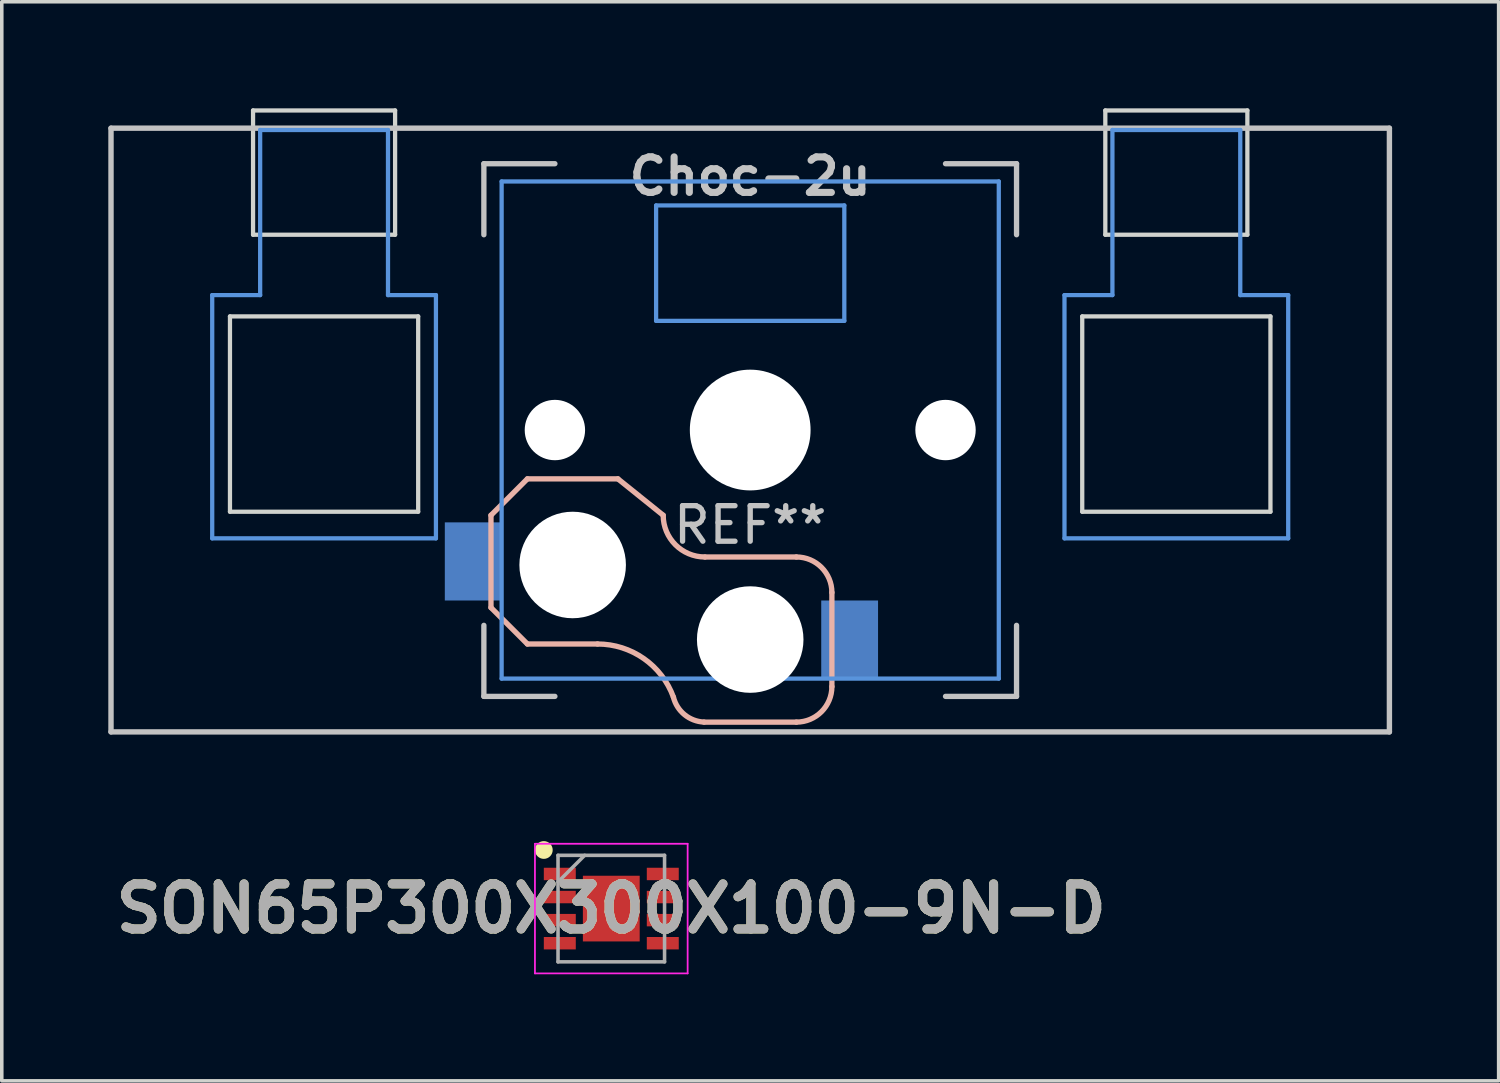
<source format=kicad_pcb>
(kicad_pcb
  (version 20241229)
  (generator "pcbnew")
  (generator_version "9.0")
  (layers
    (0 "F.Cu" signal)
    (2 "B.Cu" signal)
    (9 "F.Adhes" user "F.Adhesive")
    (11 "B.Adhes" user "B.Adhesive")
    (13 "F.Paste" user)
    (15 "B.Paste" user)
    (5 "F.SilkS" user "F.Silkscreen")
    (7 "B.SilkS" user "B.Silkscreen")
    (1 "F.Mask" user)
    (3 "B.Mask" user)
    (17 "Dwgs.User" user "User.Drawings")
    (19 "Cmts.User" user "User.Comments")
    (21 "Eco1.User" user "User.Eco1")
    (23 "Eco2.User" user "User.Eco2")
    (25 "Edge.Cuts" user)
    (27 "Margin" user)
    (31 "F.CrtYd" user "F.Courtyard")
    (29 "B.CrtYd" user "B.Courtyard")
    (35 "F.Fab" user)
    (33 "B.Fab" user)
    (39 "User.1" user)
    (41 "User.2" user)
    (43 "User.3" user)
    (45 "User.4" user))
  (footprint "SON65P300X300X100-9N-D"
    (layer "F.Cu")
    (at 14.164 22.536)
    (property "Reference" "SON65P300X300X100-9N-D" (at 0 0 0) (layer "F.SilkS") (effects (font (size 1.27 1.27) (thickness 0.254))))
    (attr smd)
    (fp_circle (center -1.9 -1.65) (end -1.9 -1.525) (stroke (width 0.25) (type solid)) (fill no) (layer "F.SilkS"))
    (fp_line (start -2.15 -1.825) (end 2.15 -1.825) (stroke (width 0.05) (type solid)) (layer "F.CrtYd"))
    (fp_line (start -2.15 1.825) (end -2.15 -1.825) (stroke (width 0.05) (type solid)) (layer "F.CrtYd"))
    (fp_line (start 2.15 -1.825) (end 2.15 1.825) (stroke (width 0.05) (type solid)) (layer "F.CrtYd"))
    (fp_line (start 2.15 1.825) (end -2.15 1.825) (stroke (width 0.05) (type solid)) (layer "F.CrtYd"))
    (fp_line (start -1.5 -1.5) (end 1.5 -1.5) (stroke (width 0.1) (type solid)) (layer "F.Fab"))
    (fp_line (start -1.5 -0.75) (end -0.75 -1.5) (stroke (width 0.1) (type solid)) (layer "F.Fab"))
    (fp_line (start -1.5 1.5) (end -1.5 -1.5) (stroke (width 0.1) (type solid)) (layer "F.Fab"))
    (fp_line (start 1.5 -1.5) (end 1.5 1.5) (stroke (width 0.1) (type solid)) (layer "F.Fab"))
    (fp_line (start 1.5 1.5) (end -1.5 1.5) (stroke (width 0.1) (type solid)) (layer "F.Fab"))
    (fp_text user "${REFERENCE}" (at 0 0 0) (layer "F.Fab") (effects (font (size 1.27 1.27) (thickness 0.254))))
    (pad "1" smd rect (at -1.45 -0.975 90) (size 0.35 0.9) (layers "F.Cu" "F.Mask" "F.Paste"))
    (pad "2" smd rect (at -1.45 -0.325 90) (size 0.35 0.9) (layers "F.Cu" "F.Mask" "F.Paste"))
    (pad "3" smd rect (at -1.45 0.325 90) (size 0.35 0.9) (layers "F.Cu" "F.Mask" "F.Paste"))
    (pad "4" smd rect (at -1.45 0.975 90) (size 0.35 0.9) (layers "F.Cu" "F.Mask" "F.Paste"))
    (pad "5" smd rect (at 1.45 0.975 90) (size 0.35 0.9) (layers "F.Cu" "F.Mask" "F.Paste"))
    (pad "6" smd rect (at 1.45 0.325 90) (size 0.35 0.9) (layers "F.Cu" "F.Mask" "F.Paste"))
    (pad "7" smd rect (at 1.45 -0.325 90) (size 0.35 0.9) (layers "F.Cu" "F.Mask" "F.Paste"))
    (pad "8" smd rect (at 1.45 -0.975 90) (size 0.35 0.9) (layers "F.Cu" "F.Mask" "F.Paste"))
    (pad "9" smd rect (at 0 0) (size 1.6 1.85) (layers "F.Cu" "F.Mask" "F.Paste")))
  (footprint "Choc-2u"
    (layer "F.Cu")
    (at 18.076 9.06)
    (property "Reference" "Choc-2u" (at 0 -7.144 180) (layer "Dwgs.User") (effects (font (size 1 1) (thickness 0.2))))
    (attr smd)
    (fp_line (start -7.3 2.4) (end -7.3 5) (stroke (width 0.15) (type solid)) (layer "B.SilkS"))
    (fp_line (start -7.3 2.4) (end -6.275 1.375) (stroke (width 0.15) (type solid)) (layer "B.SilkS"))
    (fp_line (start -7.3 5) (end -6.275 6.025) (stroke (width 0.15) (type solid)) (layer "B.SilkS"))
    (fp_line (start -4.3 6.025) (end -6.275 6.025) (stroke (width 0.15) (type solid)) (layer "B.SilkS"))
    (fp_line (start -3.725 1.375) (end -6.275 1.375) (stroke (width 0.15) (type solid)) (layer "B.SilkS"))
    (fp_line (start -3.725 1.375) (end -2.45 2.4) (stroke (width 0.15) (type solid)) (layer "B.SilkS"))
    (fp_line (start 1.3 3.575) (end -1.275 3.575) (stroke (width 0.15) (type solid)) (layer "B.SilkS"))
    (fp_line (start 1.3 8.225) (end -1.3 8.225) (stroke (width 0.15) (type solid)) (layer "B.SilkS"))
    (fp_line (start 2.3 4.575) (end 2.3 7.225) (stroke (width 0.15) (type solid)) (layer "B.SilkS"))
    (fp_arc (start -4.3 6.025) (mid -2.995114 6.436429) (end -2.162199 7.521904) (stroke (width 0.15) (type solid)) (layer "B.SilkS"))
    (fp_arc (start -1.300995 8.223791) (mid -1.848284 8.016021) (end -2.162199 7.521904) (stroke (width 0.15) (type solid)) (layer "B.SilkS"))
    (fp_arc (start -1.275 3.575) (mid -2.10585 3.23085) (end -2.45 2.4) (stroke (width 0.15) (type solid)) (layer "B.SilkS"))
    (fp_arc (start 1.3 3.575) (mid 2.007107 3.867893) (end 2.3 4.575) (stroke (width 0.15) (type solid)) (layer "B.SilkS"))
    (fp_arc (start 2.3 7.225) (mid 2.007107 7.932107) (end 1.3 8.225) (stroke (width 0.15) (type solid)) (layer "B.SilkS"))
    (fp_line (start -18 -8.5) (end 18 -8.5) (stroke (width 0.152) (type solid)) (layer "Dwgs.User"))
    (fp_line (start -18 8.5) (end -18 -8.5) (stroke (width 0.152) (type solid)) (layer "Dwgs.User"))
    (fp_line (start -7.5 -7.5) (end -7.5 -5.5) (stroke (width 0.15) (type solid)) (layer "Dwgs.User"))
    (fp_line (start -7.5 7.5) (end -7.5 5.5) (stroke (width 0.15) (type solid)) (layer "Dwgs.User"))
    (fp_line (start -5.5 -7.5) (end -7.5 -7.5) (stroke (width 0.15) (type solid)) (layer "Dwgs.User"))
    (fp_line (start -5.5 7.5) (end -7.5 7.5) (stroke (width 0.15) (type solid)) (layer "Dwgs.User"))
    (fp_line (start 5.5 -7.5) (end 7.5 -7.5) (stroke (width 0.15) (type solid)) (layer "Dwgs.User"))
    (fp_line (start 5.5 7.5) (end 7.5 7.5) (stroke (width 0.15) (type solid)) (layer "Dwgs.User"))
    (fp_line (start 7.5 -7.5) (end 7.5 -5.5) (stroke (width 0.15) (type solid)) (layer "Dwgs.User"))
    (fp_line (start 7.5 7.5) (end 7.5 5.5) (stroke (width 0.15) (type solid)) (layer "Dwgs.User"))
    (fp_line (start 18 -8.5) (end 18 8.5) (stroke (width 0.152) (type solid)) (layer "Dwgs.User"))
    (fp_line (start 18 8.5) (end -18 8.5) (stroke (width 0.152) (type solid)) (layer "Dwgs.User"))
    (fp_line (start -15.15 -3.8) (end -13.8 -3.8) (stroke (width 0.12) (type solid)) (layer "Cmts.User"))
    (fp_line (start -15.15 3.05) (end -15.15 -3.8) (stroke (width 0.12) (type solid)) (layer "Cmts.User"))
    (fp_line (start -15.15 3.05) (end -8.85 3.05) (stroke (width 0.12) (type solid)) (layer "Cmts.User"))
    (fp_line (start -13.8 -8.45) (end -13.8 -3.8) (stroke (width 0.12) (type solid)) (layer "Cmts.User"))
    (fp_line (start -13.8 -8.45) (end -10.2 -8.45) (stroke (width 0.12) (type solid)) (layer "Cmts.User"))
    (fp_line (start -10.2 -8.45) (end -10.2 -3.8) (stroke (width 0.12) (type solid)) (layer "Cmts.User"))
    (fp_line (start -10.2 -3.8) (end -8.85 -3.8) (stroke (width 0.12) (type solid)) (layer "Cmts.User"))
    (fp_line (start -8.85 3.05) (end -8.85 -3.8) (stroke (width 0.12) (type solid)) (layer "Cmts.User"))
    (fp_line (start -7 -7) (end -7 7) (stroke (width 0.12) (type solid)) (layer "Cmts.User"))
    (fp_line (start -7 7) (end 7 7) (stroke (width 0.12) (type solid)) (layer "Cmts.User"))
    (fp_line (start -2.65 -6.325) (end 2.65 -6.325) (stroke (width 0.12) (type solid)) (layer "Cmts.User"))
    (fp_line (start -2.65 -3.075) (end -2.65 -6.325) (stroke (width 0.12) (type solid)) (layer "Cmts.User"))
    (fp_line (start 2.65 -6.325) (end 2.65 -3.075) (stroke (width 0.12) (type solid)) (layer "Cmts.User"))
    (fp_line (start 2.65 -3.075) (end -2.65 -3.075) (stroke (width 0.12) (type solid)) (layer "Cmts.User"))
    (fp_line (start 7 -7) (end -7 -7) (stroke (width 0.12) (type solid)) (layer "Cmts.User"))
    (fp_line (start 7 7) (end 7 -7) (stroke (width 0.12) (type solid)) (layer "Cmts.User"))
    (fp_line (start 8.85 -3.8) (end 10.2 -3.8) (stroke (width 0.12) (type solid)) (layer "Cmts.User"))
    (fp_line (start 8.85 3.05) (end 8.85 -3.8) (stroke (width 0.12) (type solid)) (layer "Cmts.User"))
    (fp_line (start 8.85 3.05) (end 15.15 3.05) (stroke (width 0.12) (type solid)) (layer "Cmts.User"))
    (fp_line (start 10.2 -8.45) (end 10.2 -3.8) (stroke (width 0.12) (type solid)) (layer "Cmts.User"))
    (fp_line (start 10.2 -8.45) (end 13.8 -8.45) (stroke (width 0.12) (type solid)) (layer "Cmts.User"))
    (fp_line (start 13.8 -8.45) (end 13.8 -3.8) (stroke (width 0.12) (type solid)) (layer "Cmts.User"))
    (fp_line (start 13.8 -3.8) (end 15.15 -3.8) (stroke (width 0.12) (type solid)) (layer "Cmts.User"))
    (fp_line (start 15.15 3.05) (end 15.15 -3.8) (stroke (width 0.12) (type solid)) (layer "Cmts.User"))
    (fp_line (start -14.65 -3.2) (end -14.65 2.3) (stroke (width 0.12) (type solid)) (layer "Edge.Cuts"))
    (fp_line (start -14.65 -3.2) (end -9.35 -3.2) (stroke (width 0.12) (type solid)) (layer "Edge.Cuts"))
    (fp_line (start -14.65 2.3) (end -9.35 2.3) (stroke (width 0.12) (type solid)) (layer "Edge.Cuts"))
    (fp_line (start -14 -9) (end -14 -5.5) (stroke (width 0.12) (type solid)) (layer "Edge.Cuts"))
    (fp_line (start -14 -9) (end -10 -9) (stroke (width 0.12) (type solid)) (layer "Edge.Cuts"))
    (fp_line (start -14 -5.5) (end -10 -5.5) (stroke (width 0.12) (type solid)) (layer "Edge.Cuts"))
    (fp_line (start -10 -5.5) (end -10 -9) (stroke (width 0.12) (type solid)) (layer "Edge.Cuts"))
    (fp_line (start -9.35 2.3) (end -9.35 -3.2) (stroke (width 0.12) (type solid)) (layer "Edge.Cuts"))
    (fp_line (start 9.35 -3.2) (end 9.35 2.3) (stroke (width 0.12) (type solid)) (layer "Edge.Cuts"))
    (fp_line (start 9.35 -3.2) (end 14.65 -3.2) (stroke (width 0.12) (type solid)) (layer "Edge.Cuts"))
    (fp_line (start 9.35 2.3) (end 14.65 2.3) (stroke (width 0.12) (type solid)) (layer "Edge.Cuts"))
    (fp_line (start 10 -9) (end 10 -5.5) (stroke (width 0.12) (type solid)) (layer "Edge.Cuts"))
    (fp_line (start 10 -9) (end 14 -9) (stroke (width 0.12) (type solid)) (layer "Edge.Cuts"))
    (fp_line (start 10 -5.5) (end 14 -5.5) (stroke (width 0.12) (type solid)) (layer "Edge.Cuts"))
    (fp_line (start 14 -5.5) (end 14 -9) (stroke (width 0.12) (type solid)) (layer "Edge.Cuts"))
    (fp_line (start 14.65 2.3) (end 14.65 -3.2) (stroke (width 0.12) (type solid)) (layer "Edge.Cuts"))
    (fp_text user "REF**" (at 0 2.675 0) (layer "Dwgs.User") (effects (font (size 1 1) (thickness 0.15))))
    (pad "" np_thru_hole circle (at -5.5 0 180) (size 1.7 1.7) (drill 1.7) (layers "*.Cu" "*.Mask"))
    (pad "" np_thru_hole circle (at -5 3.8 90) (size 3 3) (drill 3) (layers "*.Cu" "*.Mask"))
    (pad "" np_thru_hole circle (at 0 0 90) (size 3.4 3.4) (drill 3.4) (layers "*.Cu" "*.Mask"))
    (pad "" np_thru_hole circle (at 0 5.9 90) (size 3 3) (drill 3) (layers "*.Cu" "*.Mask"))
    (pad "" np_thru_hole circle (at 5.5 0 180) (size 1.7 1.7) (drill 1.7) (layers "*.Cu" "*.Mask"))
    (pad "1" smd rect (at -7.8 3.7 180) (size 1.6 2.2) (layers "B.Cu" "B.Mask" "B.Paste"))
    (pad "2" smd rect (at 2.8 5.9 180) (size 1.6 2.2) (layers "B.Cu" "B.Mask" "B.Paste")))
  (gr_rect
    (start -3 -3)
    (end 39.152 27.386)
    (stroke (width 0.1) (type default))
    (fill no)
    (layer "Edge.Cuts")))
</source>
